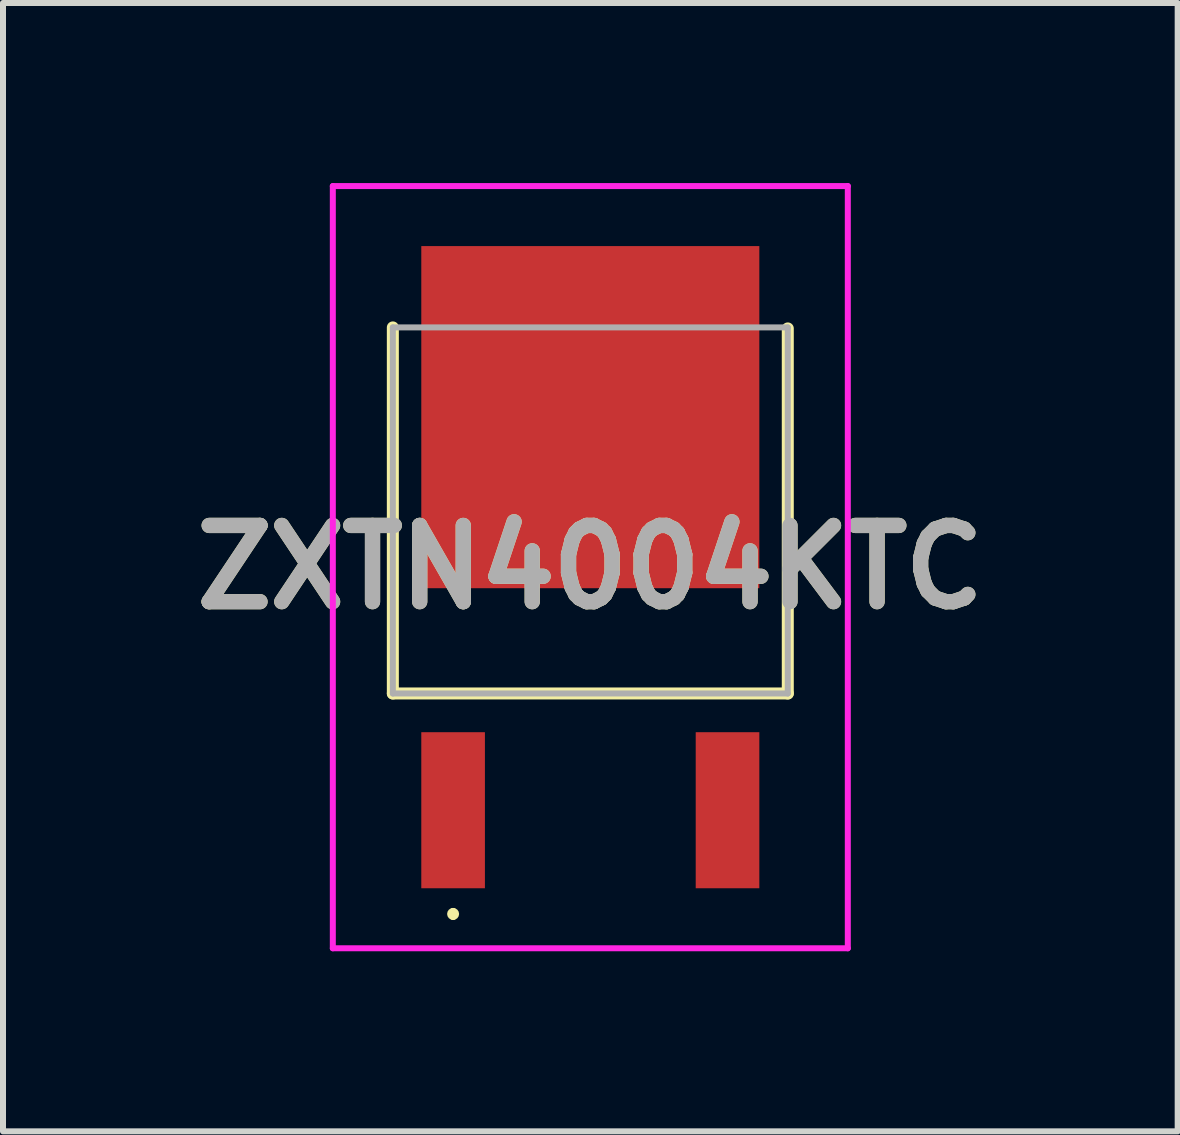
<source format=kicad_pcb>
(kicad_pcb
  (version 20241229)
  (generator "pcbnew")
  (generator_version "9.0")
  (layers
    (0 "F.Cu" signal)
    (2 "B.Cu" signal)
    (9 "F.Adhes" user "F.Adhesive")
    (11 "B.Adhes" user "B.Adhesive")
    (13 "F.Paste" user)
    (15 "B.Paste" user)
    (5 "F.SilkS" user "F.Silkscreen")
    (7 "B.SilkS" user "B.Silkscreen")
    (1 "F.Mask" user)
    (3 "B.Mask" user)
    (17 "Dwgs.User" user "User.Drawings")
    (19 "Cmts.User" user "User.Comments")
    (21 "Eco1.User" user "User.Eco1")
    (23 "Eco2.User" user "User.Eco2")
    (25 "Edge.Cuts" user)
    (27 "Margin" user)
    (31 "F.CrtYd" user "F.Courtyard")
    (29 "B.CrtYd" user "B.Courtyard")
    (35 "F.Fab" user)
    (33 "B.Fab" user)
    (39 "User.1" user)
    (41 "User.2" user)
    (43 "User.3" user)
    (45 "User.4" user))
  (footprint "ZXTN4004KTC"
    (layer "F.Cu")
    (at 6.785 6.427)
    (property "Reference" "ZXTN4004KTC" (at 0 -0.027 0) (layer "F.SilkS") (effects (font (size 1.27 1.27) (thickness 0.254))))
    (attr smd)
    (fp_line (start -3.29 -4.022) (end -3.29 2.077) (stroke (width 0.2) (type solid)) (layer "F.SilkS"))
    (fp_line (start -3.29 2.077) (end 3.29 2.077) (stroke (width 0.2) (type solid)) (layer "F.SilkS"))
    (fp_line (start -2.286 5.7) (end -2.286 5.7) (stroke (width 0.1) (type solid)) (layer "F.SilkS"))
    (fp_line (start -2.286 5.8) (end -2.286 5.8) (stroke (width 0.1) (type solid)) (layer "F.SilkS"))
    (fp_line (start 3.29 2.077) (end 3.29 -4.005) (stroke (width 0.2) (type solid)) (layer "F.SilkS"))
    (fp_arc (start -2.286 5.7) (mid -2.236 5.75) (end -2.286 5.8) (stroke (width 0.1) (type solid)) (layer "F.SilkS"))
    (fp_arc (start -2.286 5.8) (mid -2.336 5.75) (end -2.286 5.7) (stroke (width 0.1) (type solid)) (layer "F.SilkS"))
    (fp_line (start -4.29 -6.377) (end 4.29 -6.377) (stroke (width 0.1) (type solid)) (layer "F.CrtYd"))
    (fp_line (start -4.29 6.322) (end -4.29 -6.377) (stroke (width 0.1) (type solid)) (layer "F.CrtYd"))
    (fp_line (start 4.29 -6.377) (end 4.29 6.322) (stroke (width 0.1) (type solid)) (layer "F.CrtYd"))
    (fp_line (start 4.29 6.322) (end -4.29 6.322) (stroke (width 0.1) (type solid)) (layer "F.CrtYd"))
    (fp_line (start -3.29 -4.022) (end -3.29 2.077) (stroke (width 0.1) (type solid)) (layer "F.Fab"))
    (fp_line (start -3.29 2.077) (end 3.29 2.077) (stroke (width 0.1) (type solid)) (layer "F.Fab"))
    (fp_line (start 3.29 -4.022) (end -3.29 -4.022) (stroke (width 0.1) (type solid)) (layer "F.Fab"))
    (fp_line (start 3.29 2.077) (end 3.29 -4.022) (stroke (width 0.1) (type solid)) (layer "F.Fab"))
    (fp_text user "${REFERENCE}" (at 0 -0.027 0) (layer "F.Fab") (effects (font (size 1.27 1.27) (thickness 0.254))))
    (pad "1" smd rect (at -2.286 4.022) (size 1.06 2.6) (layers "F.Cu" "F.Mask" "F.Paste"))
    (pad "2" smd rect (at 0 -2.527) (size 5.632 5.7) (layers "F.Cu" "F.Mask" "F.Paste"))
    (pad "3" smd rect (at 2.286 4.022) (size 1.06 2.6) (layers "F.Cu" "F.Mask" "F.Paste")))
  (gr_rect
    (start -3 -3)
    (end 16.571 15.799)
    (stroke (width 0.1) (type default))
    (fill no)
    (layer "Edge.Cuts")))
</source>
